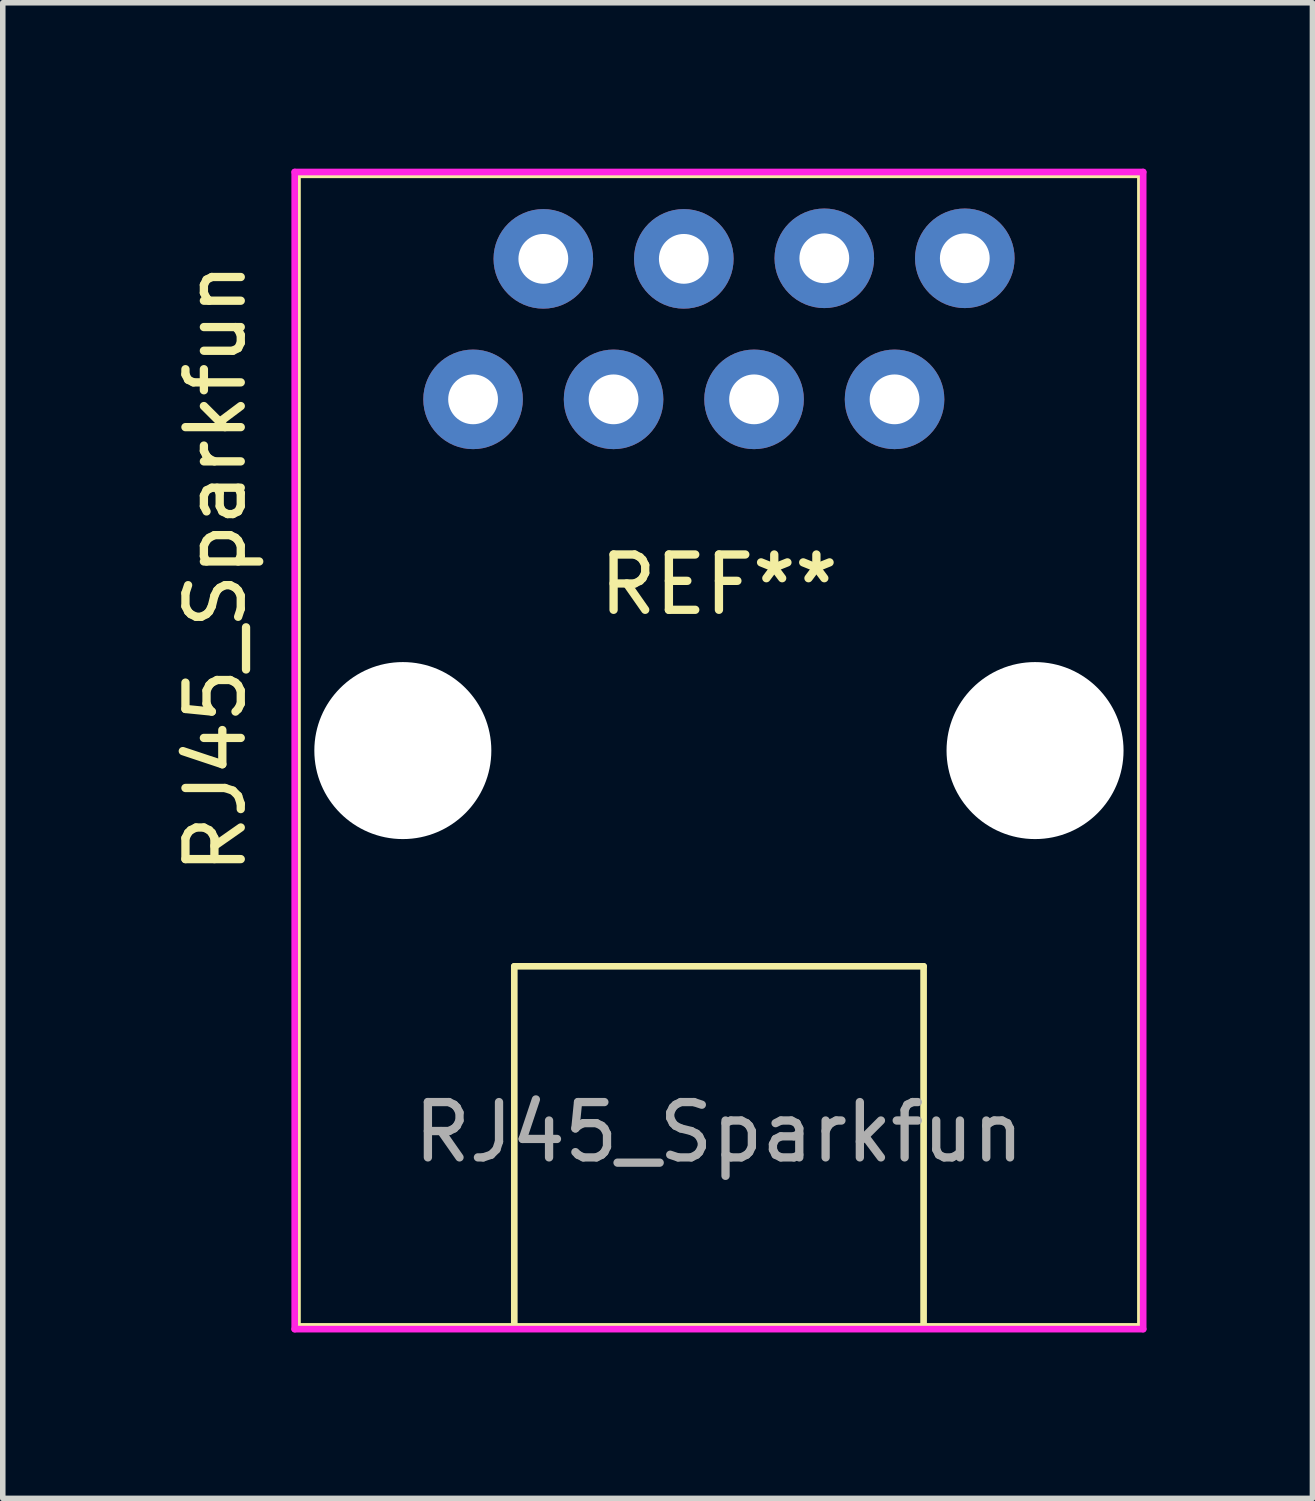
<source format=kicad_pcb>
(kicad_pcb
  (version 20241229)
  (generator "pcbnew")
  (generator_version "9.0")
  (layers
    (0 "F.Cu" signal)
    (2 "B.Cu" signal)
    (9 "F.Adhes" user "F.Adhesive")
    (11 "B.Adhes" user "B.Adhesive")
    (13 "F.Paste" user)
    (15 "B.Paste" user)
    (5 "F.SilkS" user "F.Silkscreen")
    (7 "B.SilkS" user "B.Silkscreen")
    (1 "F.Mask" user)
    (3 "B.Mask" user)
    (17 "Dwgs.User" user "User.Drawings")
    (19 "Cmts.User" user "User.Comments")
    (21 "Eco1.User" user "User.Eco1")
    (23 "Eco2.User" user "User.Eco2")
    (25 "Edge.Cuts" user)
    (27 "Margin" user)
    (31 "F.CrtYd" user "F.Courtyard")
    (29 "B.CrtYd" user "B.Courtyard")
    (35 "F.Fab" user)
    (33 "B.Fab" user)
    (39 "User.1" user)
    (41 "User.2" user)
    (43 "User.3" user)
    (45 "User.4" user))
  (footprint "RJ45_Sparkfun"
    (layer "F.Cu")
    (at 9.948 10.52)
    (property "Reference" "RJ45_Sparkfun" (at -9.1 -3.3 90) (layer "F.SilkS") (effects (font (size 1 1) (thickness 0.15))))
    (attr through_hole)
    (fp_line (start -7.62 10.41) (end -7.62 -10.41) (stroke (width 0.12) (type solid)) (layer "F.SilkS"))
    (fp_line (start -3.7 3.9) (end 3.7 3.9) (stroke (width 0.12) (type solid)) (layer "F.SilkS"))
    (fp_line (start -3.7 10.4) (end -3.7 3.9) (stroke (width 0.12) (type solid)) (layer "F.SilkS"))
    (fp_line (start 3.7 10.4) (end 3.7 3.9) (stroke (width 0.12) (type solid)) (layer "F.SilkS"))
    (fp_line (start 7.62 -10.41) (end -7.62 -10.41) (stroke (width 0.12) (type solid)) (layer "F.SilkS"))
    (fp_line (start 7.62 10.41) (end -7.62 10.41) (stroke (width 0.12) (type solid)) (layer "F.SilkS"))
    (fp_line (start 7.62 10.41) (end 7.62 -10.41) (stroke (width 0.12) (type solid)) (layer "F.SilkS"))
    (fp_line (start -7.67 10.46) (end -7.67 -10.46) (stroke (width 0.12) (type solid)) (layer "F.CrtYd"))
    (fp_line (start 7.67 -10.46) (end -7.67 -10.46) (stroke (width 0.12) (type solid)) (layer "F.CrtYd"))
    (fp_line (start 7.67 10.46) (end -7.67 10.46) (stroke (width 0.12) (type solid)) (layer "F.CrtYd"))
    (fp_line (start 7.67 10.46) (end 7.67 -10.46) (stroke (width 0.12) (type solid)) (layer "F.CrtYd"))
    (fp_text user "REF**" (at 0 -3 0) (layer "F.SilkS") (effects (font (size 1 1) (thickness 0.15))))
    (fp_text user "${REFERENCE}" (at 0 6.9 0) (layer "F.Fab") (effects (font (size 1 1) (thickness 0.15))))
    (pad "" np_thru_hole circle (at -5.715 0) (size 3.2 3.2) (drill 3.2) (layers "*.Cu" "*.Mask"))
    (pad "" np_thru_hole circle (at 5.715 0) (size 3.2 3.2) (drill 3.2) (layers "*.Cu" "*.Mask"))
    (pad "1" thru_hole circle (at -4.445 -6.35) (size 1.8 1.8) (drill 0.9) (layers "*.Cu" "*.Mask"))
    (pad "2" thru_hole circle (at -3.175 -8.89) (size 1.8 1.8) (drill 0.9) (layers "*.Cu" "*.Mask"))
    (pad "3" thru_hole circle (at -1.905 -6.35) (size 1.8 1.8) (drill 0.9) (layers "*.Cu" "*.Mask"))
    (pad "4" thru_hole circle (at -0.635 -8.89) (size 1.8 1.8) (drill 0.9) (layers "*.Cu" "*.Mask"))
    (pad "5" thru_hole circle (at 0.635 -6.35) (size 1.8 1.8) (drill 0.9) (layers "*.Cu" "*.Mask"))
    (pad "6" thru_hole circle (at 1.905 -8.9) (size 1.8 1.8) (drill 0.9) (layers "*.Cu" "*.Mask"))
    (pad "7" thru_hole circle (at 3.175 -6.35) (size 1.8 1.8) (drill 0.9) (layers "*.Cu" "*.Mask"))
    (pad "8" thru_hole circle (at 4.445 -8.9) (size 1.8 1.8) (drill 0.9) (layers "*.Cu" "*.Mask")))
  (gr_rect
    (start -3 -3)
    (end 20.678 24.04)
    (stroke (width 0.1) (type default))
    (fill no)
    (layer "Edge.Cuts")))
</source>
